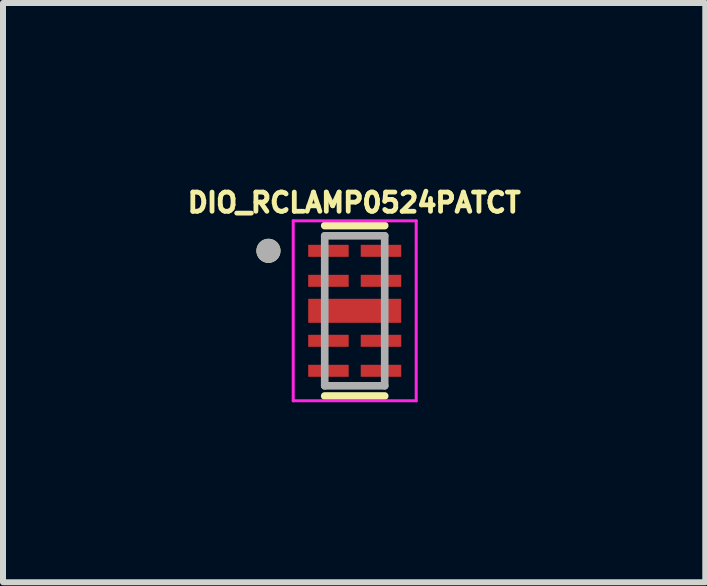
<source format=kicad_pcb>
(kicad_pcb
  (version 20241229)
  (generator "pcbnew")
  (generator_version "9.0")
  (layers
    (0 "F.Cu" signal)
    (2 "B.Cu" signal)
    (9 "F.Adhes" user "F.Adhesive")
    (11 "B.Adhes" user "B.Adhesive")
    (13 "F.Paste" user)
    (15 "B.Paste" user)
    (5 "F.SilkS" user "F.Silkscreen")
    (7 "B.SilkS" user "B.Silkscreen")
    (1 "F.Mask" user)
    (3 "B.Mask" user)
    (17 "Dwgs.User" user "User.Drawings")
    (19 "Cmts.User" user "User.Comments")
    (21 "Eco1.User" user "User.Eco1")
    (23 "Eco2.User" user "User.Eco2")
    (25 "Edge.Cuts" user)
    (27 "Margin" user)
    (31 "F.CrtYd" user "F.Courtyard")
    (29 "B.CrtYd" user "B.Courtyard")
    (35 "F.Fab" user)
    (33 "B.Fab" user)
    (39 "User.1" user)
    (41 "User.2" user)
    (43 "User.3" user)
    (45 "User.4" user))
  (footprint "DIO_RCLAMP0524PATCT"
    (layer "F.Cu")
    (at 2.863 2.131)
    (property "Reference" "DIO_RCLAMP0524PATCT" (at -0.009 -1.803 0) (layer "F.SilkS") (effects (font (size 0.32 0.32) (thickness 0.15))))
    (attr smd)
    (fp_line (start -0.5 -1.42) (end 0.5 -1.42) (stroke (width 0.127) (type solid)) (layer "F.SilkS"))
    (fp_line (start 0.5 1.42) (end -0.5 1.42) (stroke (width 0.127) (type solid)) (layer "F.SilkS"))
    (fp_circle (center -1.438 -1) (end -1.337 -1) (stroke (width 0.2) (type solid)) (fill no) (layer "F.SilkS"))
    (fp_line (start -1.025 -1.5) (end -1.025 1.5) (stroke (width 0.05) (type solid)) (layer "F.CrtYd"))
    (fp_line (start -1.025 1.5) (end 1.025 1.5) (stroke (width 0.05) (type solid)) (layer "F.CrtYd"))
    (fp_line (start 1.025 -1.5) (end -1.025 -1.5) (stroke (width 0.05) (type solid)) (layer "F.CrtYd"))
    (fp_line (start 1.025 1.5) (end 1.025 -1.5) (stroke (width 0.05) (type solid)) (layer "F.CrtYd"))
    (fp_line (start -0.5 -1.25) (end 0.5 -1.25) (stroke (width 0.127) (type solid)) (layer "F.Fab"))
    (fp_line (start -0.5 1.25) (end -0.5 -1.25) (stroke (width 0.127) (type solid)) (layer "F.Fab"))
    (fp_line (start 0.5 -1.25) (end 0.5 1.25) (stroke (width 0.127) (type solid)) (layer "F.Fab"))
    (fp_line (start 0.5 1.25) (end -0.5 1.25) (stroke (width 0.127) (type solid)) (layer "F.Fab"))
    (fp_circle (center -1.438 -1) (end -1.337 -1) (stroke (width 0.2) (type solid)) (fill no) (layer "F.Fab"))
    (pad "1" smd rect (at -0.438 -1) (size 0.675 0.2) (layers "F.Cu" "F.Mask" "F.Paste"))
    (pad "2" smd rect (at -0.438 -0.5) (size 0.675 0.2) (layers "F.Cu" "F.Mask" "F.Paste"))
    (pad "3_8" smd rect (at 0 0) (size 1.55 0.4) (layers "F.Cu" "F.Mask" "F.Paste"))
    (pad "4" smd rect (at -0.438 0.5) (size 0.675 0.2) (layers "F.Cu" "F.Mask" "F.Paste"))
    (pad "5" smd rect (at -0.438 1) (size 0.675 0.2) (layers "F.Cu" "F.Mask" "F.Paste"))
    (pad "6" smd rect (at 0.438 1) (size 0.675 0.2) (layers "F.Cu" "F.Mask" "F.Paste"))
    (pad "7" smd rect (at 0.438 0.5) (size 0.675 0.2) (layers "F.Cu" "F.Mask" "F.Paste"))
    (pad "9" smd rect (at 0.438 -0.5) (size 0.675 0.2) (layers "F.Cu" "F.Mask" "F.Paste"))
    (pad "10" smd rect (at 0.438 -1) (size 0.675 0.2) (layers "F.Cu" "F.Mask" "F.Paste")))
  (gr_rect
    (start -3 -3)
    (end 8.707 6.656)
    (stroke (width 0.1) (type default))
    (fill no)
    (layer "Edge.Cuts")))
</source>
